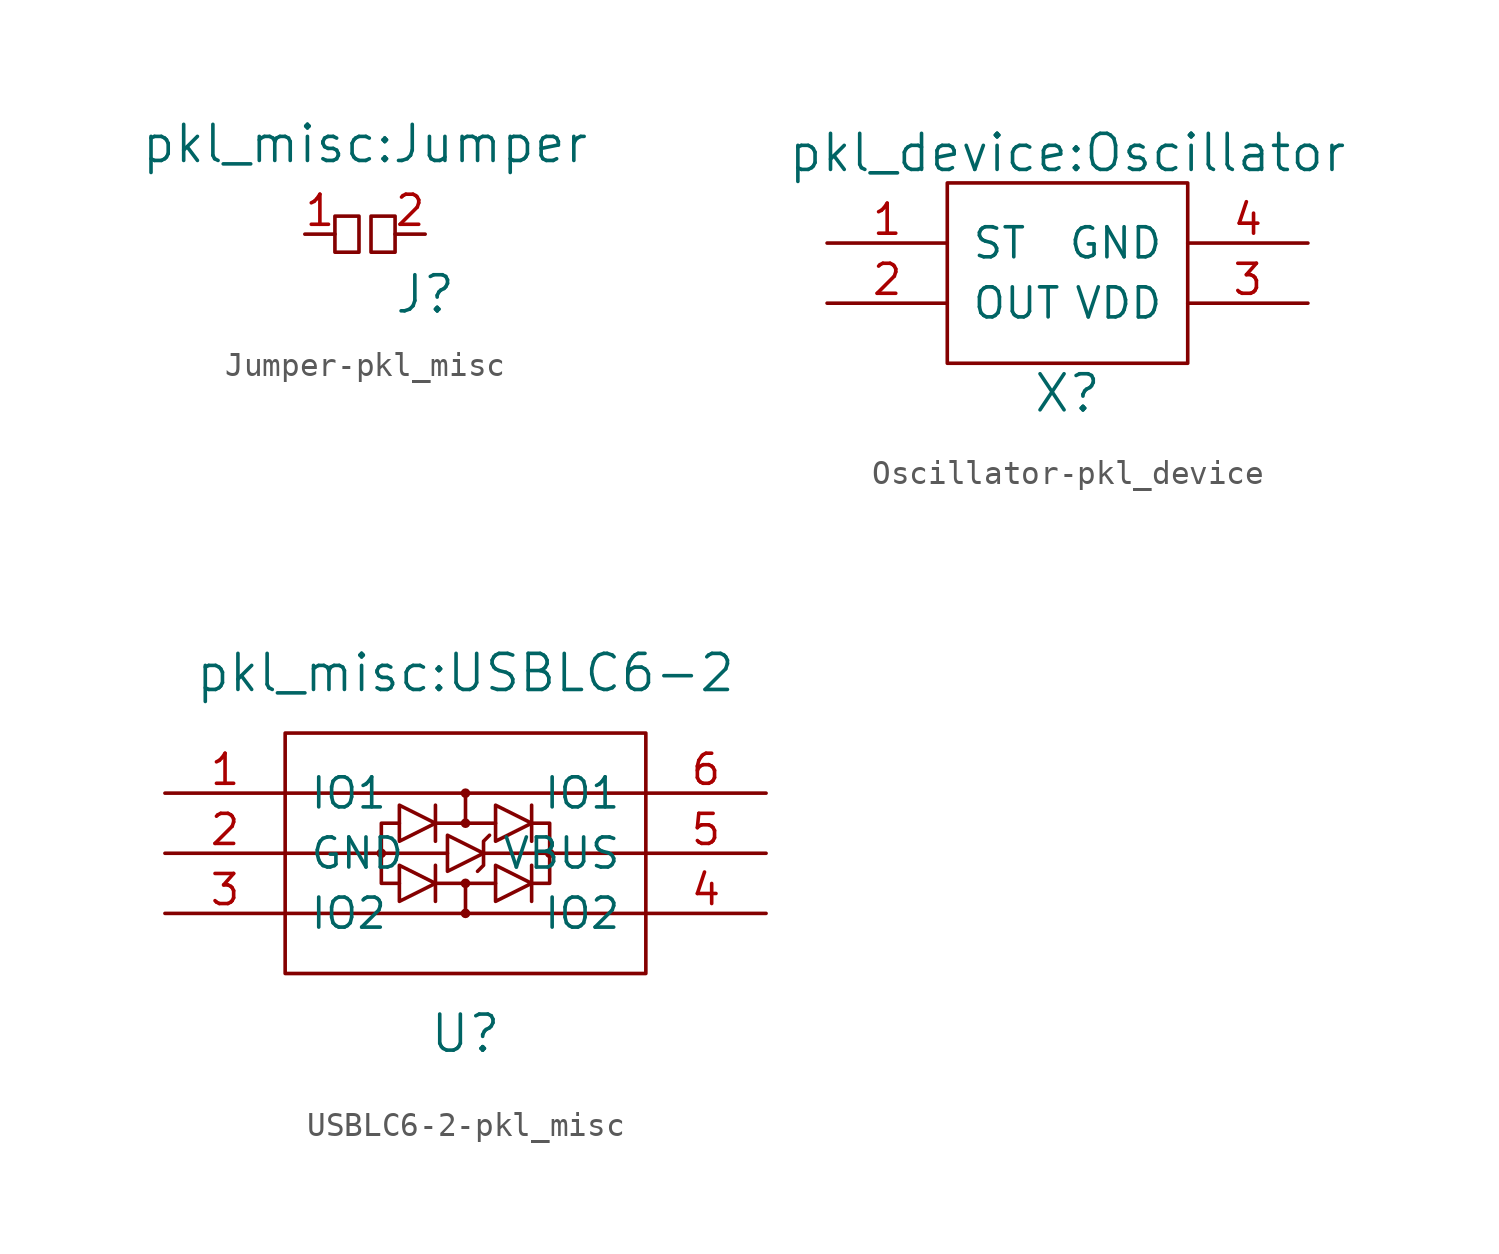
<source format=kicad_sym>
(kicad_symbol_lib
  (version 20231120)
  (generator "kicad_symbol_editor")
  (generator_version "8.0")
  (symbol "Jumper-pkl_misc"
    (pin_names
      (offset 1.016))
    (property "Reference" "J"
      (at 2.54 -2.54 0)
      (effects (font (size 1.524 1.524))))
    (property "Value" "pkl_misc:Jumper"
      (at 0 3.81 0)
      (effects (font (size 1.524 1.524))))
    (property "Footprint" ""
      (at 0 0 0)
      (effects (font (size 1.524 1.524))))
    (property "Datasheet" ""
      (at 0 0 0)
      (effects (font (size 1.524 1.524))))
    (symbol "Jumper-pkl_misc_0_1"
      (rectangle (start -1.27 0.762) (end -0.254 -0.762) (stroke (width 0) (type solid)) (fill (type none)))
      (rectangle (start 0.254 0.762) (end 1.27 -0.762) (stroke (width 0) (type solid)) (fill (type none))))
    (symbol "Jumper-pkl_misc_1_1"
      (pin passive line (at -2.54 0 0) (length 1.27) (name "~" (effects (font (size 1.27 1.27)))) (number "1" (effects (font (size 1.27 1.27)))))
      (pin passive line (at 2.54 0 180) (length 1.27) (name "~" (effects (font (size 1.27 1.27)))) (number "2" (effects (font (size 1.27 1.27)))))))
  (symbol "Oscillator-pkl_device"
    (pin_names
      (offset 1.016))
    (property "Reference" "X"
      (at 0 -6.35 0)
      (effects (font (size 1.524 1.524))))
    (property "Value" "pkl_device:Oscillator"
      (at 0 3.81 0)
      (effects (font (size 1.524 1.524))))
    (symbol "Oscillator-pkl_device_0_1"
      (rectangle (start -5.08 2.54) (end 5.08 -5.08) (stroke (width 0) (type solid)) (fill (type none))))
    (symbol "Oscillator-pkl_device_1_1"
      (pin passive line (at -10.16 0 0) (length 5.08) (name "ST" (effects (font (size 1.27 1.27)))) (number "1" (effects (font (size 1.27 1.27)))))
      (pin passive line (at -10.16 -2.54 0) (length 5.08) (name "OUT" (effects (font (size 1.27 1.27)))) (number "2" (effects (font (size 1.27 1.27)))))
      (pin passive line (at 10.16 -2.54 180) (length 5.08) (name "VDD" (effects (font (size 1.27 1.27)))) (number "3" (effects (font (size 1.27 1.27)))))
      (pin passive line (at 10.16 0 180) (length 5.08) (name "GND" (effects (font (size 1.27 1.27)))) (number "4" (effects (font (size 1.27 1.27)))))))
  (symbol "USBLC6-2-pkl_misc"
    (pin_names
      (offset 1.016))
    (property "Reference" "U"
      (at 0 -7.62 0)
      (effects (font (size 1.524 1.524))))
    (property "Value" "pkl_misc:USBLC6-2"
      (at 0 7.62 0)
      (effects (font (size 1.524 1.524))))
    (property "Footprint" ""
      (at 0 0 0)
      (effects (font (size 1.524 1.524))))
    (property "Datasheet" ""
      (at 0 0 0)
      (effects (font (size 1.524 1.524))))
    (symbol "USBLC6-2-pkl_misc_0_1"
      (rectangle (start -7.62 5.08) (end 7.62 -5.08) (stroke (width 0) (type solid)) (fill (type none)))
      (circle (center -3.556 0) (radius 0.127) (stroke (width 0) (type solid)) (fill (type none)))
      (circle (center 0 -2.54) (radius 0.127) (stroke (width 0) (type solid)) (fill (type none)))
      (circle (center 0 -1.27) (radius 0.127) (stroke (width 0) (type solid)) (fill (type none)))
      (polyline (pts (xy -7.62 -2.54) (xy 7.62 -2.54)) (stroke (width 0) (type solid)) (fill (type none)))
      (polyline (pts (xy -7.62 0) (xy -0.762 0)) (stroke (width 0) (type solid)) (fill (type none)))
      (polyline (pts (xy -7.62 2.54) (xy 7.62 2.54)) (stroke (width 0) (type solid)) (fill (type none)))
      (polyline (pts (xy -1.27 -1.27) (xy 1.27 -1.27)) (stroke (width 0) (type solid)) (fill (type none)))
      (polyline (pts (xy -1.27 -0.508) (xy -1.27 -2.032)) (stroke (width 0) (type solid)) (fill (type none)))
      (polyline (pts (xy -1.27 0.508) (xy -1.27 2.032)) (stroke (width 0) (type solid)) (fill (type none)))
      (polyline (pts (xy -1.27 1.27) (xy 1.27 1.27)) (stroke (width 0) (type solid)) (fill (type none)))
      (polyline (pts (xy 0 -1.27) (xy 0 -2.54)) (stroke (width 0) (type solid)) (fill (type none)))
      (polyline (pts (xy 0 1.27) (xy 0 2.54)) (stroke (width 0) (type solid)) (fill (type none)))
      (polyline (pts (xy 0.762 0) (xy 7.62 0)) (stroke (width 0) (type solid)) (fill (type none)))
      (polyline (pts (xy 2.794 -0.508) (xy 2.794 -2.032)) (stroke (width 0) (type solid)) (fill (type none)))
      (polyline (pts (xy 2.794 2.032) (xy 2.794 0.508)) (stroke (width 0) (type solid)) (fill (type none)))
      (polyline (pts (xy -3.556 0) (xy -3.556 -1.27) (xy -2.794 -1.27)) (stroke (width 0) (type solid)) (fill (type none)))
      (polyline (pts (xy -2.794 1.27) (xy -3.556 1.27) (xy -3.556 0)) (stroke (width 0) (type solid)) (fill (type none)))
      (polyline (pts (xy 2.794 -1.27) (xy 3.556 -1.27) (xy 3.556 0)) (stroke (width 0) (type solid)) (fill (type none)))
      (polyline (pts (xy 2.794 1.27) (xy 3.556 1.27) (xy 3.556 0)) (stroke (width 0) (type solid)) (fill (type none)))
      (polyline (pts (xy -2.794 -0.508) (xy -2.794 -2.032) (xy -1.27 -1.27) (xy -2.794 -0.508)) (stroke (width 0) (type solid)) (fill (type none)))
      (polyline (pts (xy -2.794 0.508) (xy -1.27 1.27) (xy -2.794 2.032) (xy -2.794 0.508)) (stroke (width 0) (type solid)) (fill (type none)))
      (polyline (pts (xy -0.762 0.762) (xy -0.762 -0.762) (xy 0.762 0) (xy -0.762 0.762)) (stroke (width 0) (type solid)) (fill (type none)))
      (polyline (pts (xy 0.508 -0.762) (xy 0.762 -0.508) (xy 0.762 0.508) (xy 1.016 0.762)) (stroke (width 0) (type solid)) (fill (type none)))
      (polyline (pts (xy 1.27 -0.508) (xy 2.794 -1.27) (xy 1.27 -2.032) (xy 1.27 -0.508)) (stroke (width 0) (type solid)) (fill (type none)))
      (polyline (pts (xy 1.27 2.032) (xy 1.27 0.508) (xy 2.794 1.27) (xy 1.27 2.032)) (stroke (width 0) (type solid)) (fill (type none)))
      (circle (center 0 1.27) (radius 0.127) (stroke (width 0) (type solid)) (fill (type none)))
      (circle (center 0 2.54) (radius 0.127) (stroke (width 0) (type solid)) (fill (type none)))
      (circle (center 3.556 0) (radius 0.127) (stroke (width 0) (type solid)) (fill (type none))))
    (symbol "USBLC6-2-pkl_misc_1_1"
      (pin bidirectional line (at -12.7 2.54 0) (length 5.08) (name "IO1" (effects (font (size 1.27 1.27)))) (number "1" (effects (font (size 1.27 1.27)))))
      (pin power_in line (at -12.7 0 0) (length 5.08) (name "GND" (effects (font (size 1.27 1.27)))) (number "2" (effects (font (size 1.27 1.27)))))
      (pin bidirectional line (at -12.7 -2.54 0) (length 5.08) (name "IO2" (effects (font (size 1.27 1.27)))) (number "3" (effects (font (size 1.27 1.27)))))
      (pin bidirectional line (at 12.7 -2.54 180) (length 5.08) (name "IO2" (effects (font (size 1.27 1.27)))) (number "4" (effects (font (size 1.27 1.27)))))
      (pin power_in line (at 12.7 0 180) (length 5.08) (name "VBUS" (effects (font (size 1.27 1.27)))) (number "5" (effects (font (size 1.27 1.27)))))
      (pin bidirectional line (at 12.7 2.54 180) (length 5.08) (name "IO1" (effects (font (size 1.27 1.27)))) (number "6" (effects (font (size 1.27 1.27))))))))
</source>
